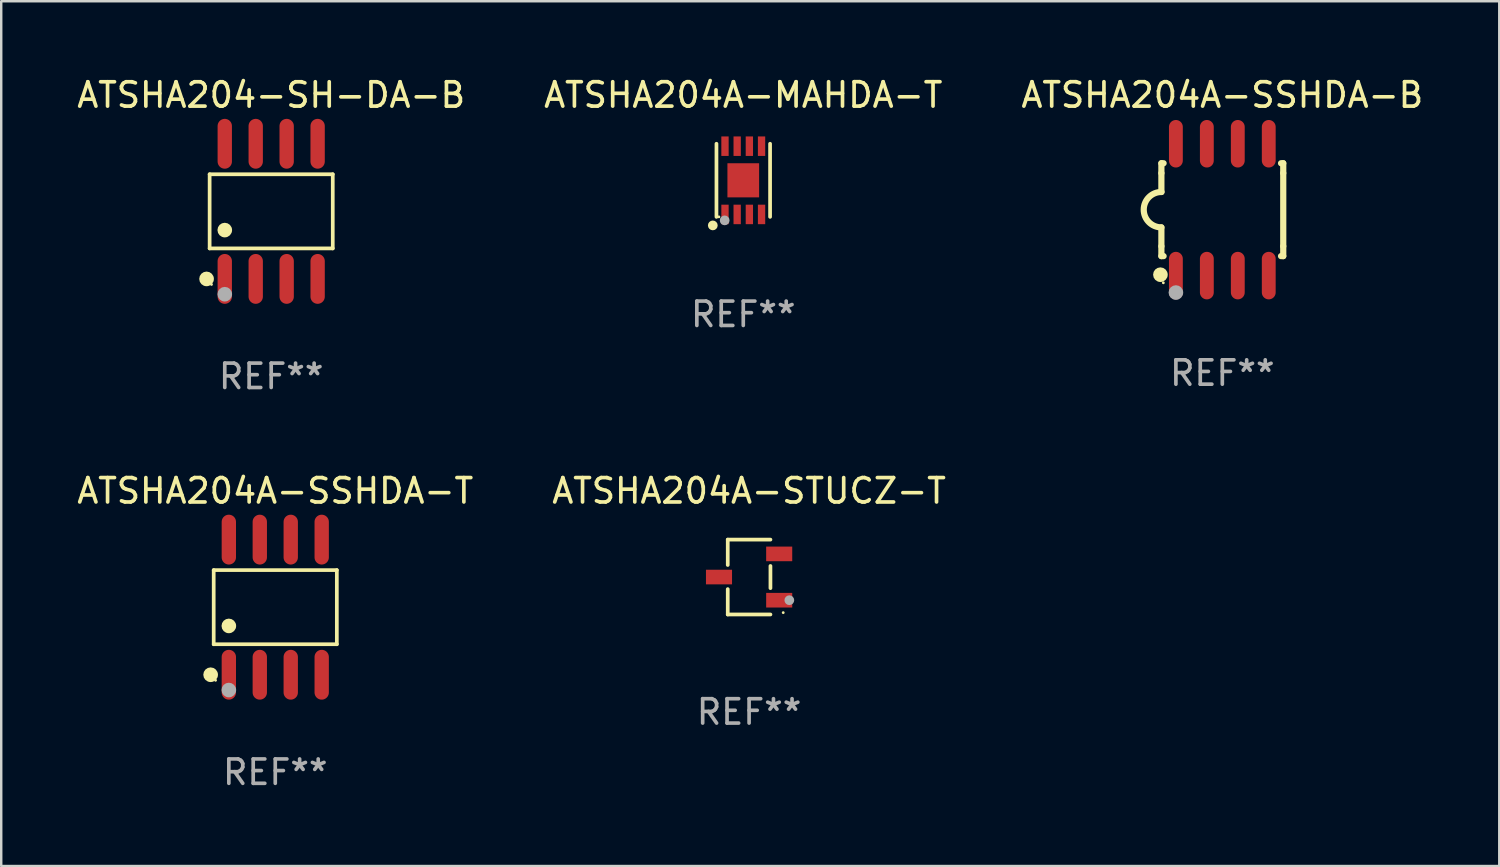
<source format=kicad_pcb>
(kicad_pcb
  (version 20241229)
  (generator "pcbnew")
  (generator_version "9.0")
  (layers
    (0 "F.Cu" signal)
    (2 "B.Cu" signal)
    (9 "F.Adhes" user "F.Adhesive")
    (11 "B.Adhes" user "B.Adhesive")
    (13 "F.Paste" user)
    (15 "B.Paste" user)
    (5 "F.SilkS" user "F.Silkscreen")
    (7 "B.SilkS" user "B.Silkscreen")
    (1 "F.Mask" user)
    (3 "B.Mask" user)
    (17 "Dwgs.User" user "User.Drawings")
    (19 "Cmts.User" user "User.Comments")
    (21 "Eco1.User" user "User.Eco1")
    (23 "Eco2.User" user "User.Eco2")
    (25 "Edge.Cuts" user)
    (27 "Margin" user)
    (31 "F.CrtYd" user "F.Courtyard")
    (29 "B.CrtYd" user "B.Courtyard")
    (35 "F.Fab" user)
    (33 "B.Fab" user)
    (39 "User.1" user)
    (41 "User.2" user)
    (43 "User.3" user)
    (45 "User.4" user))
  (footprint "ATSHA204-SH-DA-B"
    (layer "F.Cu")
    (at 8.077 5.621)
    (property "Reference" "ATSHA204-SH-DA-B" (at 0 -4.772 0) (layer "F.SilkS") (effects (font (size 1 1) (thickness 0.15))))
    (attr through_hole)
    (fp_line (start -2.526 -1.521) (end 2.526 -1.521) (stroke (width 0.152) (type solid)) (layer "F.SilkS"))
    (fp_line (start -2.526 1.521) (end -2.526 -1.521) (stroke (width 0.152) (type solid)) (layer "F.SilkS"))
    (fp_line (start 2.526 -1.521) (end 2.526 1.521) (stroke (width 0.152) (type solid)) (layer "F.SilkS"))
    (fp_line (start 2.526 1.521) (end -2.526 1.521) (stroke (width 0.152) (type solid)) (layer "F.SilkS"))
    (fp_circle (center -2.652 2.772) (end -2.501 2.772) (stroke (width 0.3) (type solid)) (fill no) (layer "F.SilkS"))
    (fp_circle (center -2.45 3) (end -2.42 3) (stroke (width 0.06) (type solid)) (fill no) (layer "F.SilkS"))
    (fp_circle (center -1.905 0.769) (end -1.755 0.769) (stroke (width 0.3) (type solid)) (fill no) (layer "F.SilkS"))
    (fp_circle (center -1.905 3.4) (end -1.755 3.4) (stroke (width 0.3) (type solid)) (fill no) (layer "F.Fab"))
    (fp_text user "REF**" (at 0 6.772 0) (layer "F.Fab") (effects (font (size 1 1) (thickness 0.15))))
    (pad "1" smd oval (at -1.905 2.772) (size 0.588 2.045) (layers "F.Cu" "F.Mask" "F.Paste"))
    (pad "2" smd oval (at -0.635 2.772) (size 0.588 2.045) (layers "F.Cu" "F.Mask" "F.Paste"))
    (pad "3" smd oval (at 0.635 2.772) (size 0.588 2.045) (layers "F.Cu" "F.Mask" "F.Paste"))
    (pad "4" smd oval (at 1.905 2.772) (size 0.588 2.045) (layers "F.Cu" "F.Mask" "F.Paste"))
    (pad "5" smd oval (at 1.905 -2.772) (size 0.588 2.045) (layers "F.Cu" "F.Mask" "F.Paste"))
    (pad "6" smd oval (at 0.635 -2.772) (size 0.588 2.045) (layers "F.Cu" "F.Mask" "F.Paste"))
    (pad "7" smd oval (at -0.635 -2.772) (size 0.588 2.045) (layers "F.Cu" "F.Mask" "F.Paste"))
    (pad "8" smd oval (at -1.905 -2.772) (size 0.588 2.045) (layers "F.Cu" "F.Mask" "F.Paste")))
  (footprint "ATSHA204A-STUCZ-T"
    (layer "F.Cu")
    (at 27.685 20.626)
    (property "Reference" "ATSHA204A-STUCZ-T" (at 0 -3.536 0) (layer "F.SilkS") (effects (font (size 1 1) (thickness 0.15))))
    (attr through_hole)
    (fp_line (start -0.876 -1.536) (end -0.876 -0.495) (stroke (width 0.152) (type solid)) (layer "F.SilkS"))
    (fp_line (start -0.876 1.536) (end -0.876 0.495) (stroke (width 0.152) (type solid)) (layer "F.SilkS"))
    (fp_line (start 0.876 -1.536) (end -0.876 -1.536) (stroke (width 0.152) (type solid)) (layer "F.SilkS"))
    (fp_line (start 0.876 -0.455) (end 0.876 0.455) (stroke (width 0.152) (type solid)) (layer "F.SilkS"))
    (fp_line (start 0.876 1.536) (end -0.876 1.536) (stroke (width 0.152) (type solid)) (layer "F.SilkS"))
    (fp_circle (center 1.4 1.46) (end 1.43 1.46) (stroke (width 0.06) (type solid)) (fill no) (layer "F.SilkS"))
    (fp_circle (center 1.651 0.95) (end 1.751 0.95) (stroke (width 0.2) (type solid)) (fill no) (layer "F.Fab"))
    (fp_text user "REF**" (at 0 5.536 0) (layer "F.Fab") (effects (font (size 1 1) (thickness 0.15))))
    (pad "1" smd rect (at 1.235 0.95) (size 1.07 0.6) (layers "F.Cu" "F.Mask" "F.Paste"))
    (pad "2" smd rect (at 1.235 -0.95) (size 1.07 0.6) (layers "F.Cu" "F.Mask" "F.Paste"))
    (pad "3" smd rect (at -1.235 0) (size 1.07 0.6) (layers "F.Cu" "F.Mask" "F.Paste")))
  (footprint "ATSHA204A-SSHDA-T"
    (layer "F.Cu")
    (at 8.244 21.862)
    (property "Reference" "ATSHA204A-SSHDA-T" (at 0 -4.772 0) (layer "F.SilkS") (effects (font (size 1 1) (thickness 0.15))))
    (attr through_hole)
    (fp_line (start -2.526 -1.521) (end 2.526 -1.521) (stroke (width 0.152) (type solid)) (layer "F.SilkS"))
    (fp_line (start -2.526 1.521) (end -2.526 -1.521) (stroke (width 0.152) (type solid)) (layer "F.SilkS"))
    (fp_line (start 2.526 -1.521) (end 2.526 1.521) (stroke (width 0.152) (type solid)) (layer "F.SilkS"))
    (fp_line (start 2.526 1.521) (end -2.526 1.521) (stroke (width 0.152) (type solid)) (layer "F.SilkS"))
    (fp_circle (center -2.652 2.772) (end -2.501 2.772) (stroke (width 0.3) (type solid)) (fill no) (layer "F.SilkS"))
    (fp_circle (center -2.45 3) (end -2.42 3) (stroke (width 0.06) (type solid)) (fill no) (layer "F.SilkS"))
    (fp_circle (center -1.905 0.769) (end -1.755 0.769) (stroke (width 0.3) (type solid)) (fill no) (layer "F.SilkS"))
    (fp_circle (center -1.905 3.4) (end -1.755 3.4) (stroke (width 0.3) (type solid)) (fill no) (layer "F.Fab"))
    (fp_text user "REF**" (at 0 6.772 0) (layer "F.Fab") (effects (font (size 1 1) (thickness 0.15))))
    (pad "1" smd oval (at -1.905 2.772) (size 0.588 2.045) (layers "F.Cu" "F.Mask" "F.Paste"))
    (pad "2" smd oval (at -0.635 2.772) (size 0.588 2.045) (layers "F.Cu" "F.Mask" "F.Paste"))
    (pad "3" smd oval (at 0.635 2.772) (size 0.588 2.045) (layers "F.Cu" "F.Mask" "F.Paste"))
    (pad "4" smd oval (at 1.905 2.772) (size 0.588 2.045) (layers "F.Cu" "F.Mask" "F.Paste"))
    (pad "5" smd oval (at 1.905 -2.772) (size 0.588 2.045) (layers "F.Cu" "F.Mask" "F.Paste"))
    (pad "6" smd oval (at 0.635 -2.772) (size 0.588 2.045) (layers "F.Cu" "F.Mask" "F.Paste"))
    (pad "7" smd oval (at -0.635 -2.772) (size 0.588 2.045) (layers "F.Cu" "F.Mask" "F.Paste"))
    (pad "8" smd oval (at -1.905 -2.772) (size 0.588 2.045) (layers "F.Cu" "F.Mask" "F.Paste")))
  (footprint "ATSHA204A-MAHDA-T"
    (layer "F.Cu")
    (at 27.446 4.348)
    (property "Reference" "ATSHA204A-MAHDA-T" (at 0 -3.5 0) (layer "F.SilkS") (effects (font (size 1 1) (thickness 0.15))))
    (attr through_hole)
    (fp_line (start -1.1 1.5) (end -1.1 -1.5) (stroke (width 0.152) (type solid)) (layer "F.SilkS"))
    (fp_line (start 1.1 -1.5) (end 1.1 1.5) (stroke (width 0.152) (type solid)) (layer "F.SilkS"))
    (fp_circle (center -1.25 1.85) (end -1.15 1.85) (stroke (width 0.2) (type solid)) (fill no) (layer "F.SilkS"))
    (fp_circle (center -1 1.5) (end -0.97 1.5) (stroke (width 0.06) (type solid)) (fill no) (layer "F.SilkS"))
    (fp_circle (center -0.763 1.644) (end -0.663 1.644) (stroke (width 0.2) (type solid)) (fill no) (layer "F.Fab"))
    (fp_text user "REF**" (at 0 5.5 0) (layer "F.Fab") (effects (font (size 1 1) (thickness 0.15))))
    (pad "1" smd rect (at -0.75 1.4 180) (size 0.3 0.8) (layers "F.Cu" "F.Mask" "F.Paste"))
    (pad "2" smd rect (at -0.25 1.4) (size 0.3 0.8) (layers "F.Cu" "F.Mask" "F.Paste"))
    (pad "3" smd rect (at 0.25 1.4) (size 0.3 0.8) (layers "F.Cu" "F.Mask" "F.Paste"))
    (pad "4" smd rect (at 0.75 1.4) (size 0.3 0.8) (layers "F.Cu" "F.Mask" "F.Paste"))
    (pad "5" smd rect (at 0.75 -1.4) (size 0.3 0.8) (layers "F.Cu" "F.Mask" "F.Paste"))
    (pad "6" smd rect (at 0.25 -1.4) (size 0.3 0.8) (layers "F.Cu" "F.Mask" "F.Paste"))
    (pad "7" smd rect (at -0.25 -1.4) (size 0.3 0.8) (layers "F.Cu" "F.Mask" "F.Paste"))
    (pad "8" smd rect (at -0.75 -1.4) (size 0.3 0.8) (layers "F.Cu" "F.Mask" "F.Paste"))
    (pad "9" smd rect (at 0 0 180) (size 1.3 1.4) (layers "F.Cu" "F.Mask" "F.Paste")))
  (footprint "ATSHA204A-SSHDA-B"
    (layer "F.Cu")
    (at 47.101 5.553)
    (property "Reference" "ATSHA204A-SSHDA-B" (at 0 -4.705 0) (layer "F.SilkS") (effects (font (size 1 1) (thickness 0.15))))
    (attr through_hole)
    (fp_line (start -2.5 -1.905) (end -2.409 -1.905) (stroke (width 0.254) (type solid)) (layer "F.SilkS"))
    (fp_line (start -2.5 -1.5) (end -2.5 -1.905) (stroke (width 0.254) (type solid)) (layer "F.SilkS"))
    (fp_line (start -2.5 -1.5) (end -2.5 -0.726) (stroke (width 0.254) (type solid)) (layer "F.SilkS"))
    (fp_line (start -2.5 1.5) (end -2.5 0.727) (stroke (width 0.254) (type solid)) (layer "F.SilkS"))
    (fp_line (start -2.5 1.5) (end -2.5 1.905) (stroke (width 0.254) (type solid)) (layer "F.SilkS"))
    (fp_line (start -2.5 1.905) (end -2.409 1.905) (stroke (width 0.254) (type solid)) (layer "F.SilkS"))
    (fp_line (start 2.5 -1.905) (end 2.409 -1.905) (stroke (width 0.254) (type solid)) (layer "F.SilkS"))
    (fp_line (start 2.5 -1.5) (end 2.5 -1.905) (stroke (width 0.254) (type solid)) (layer "F.SilkS"))
    (fp_line (start 2.5 -1.5) (end 2.5 1.5) (stroke (width 0.254) (type solid)) (layer "F.SilkS"))
    (fp_line (start 2.5 1.5) (end 2.5 1.905) (stroke (width 0.254) (type solid)) (layer "F.SilkS"))
    (fp_line (start 2.5 1.905) (end 2.409 1.905) (stroke (width 0.254) (type solid)) (layer "F.SilkS"))
    (fp_arc (start -2.5 0.726568) (mid -3.220316 -0.0023) (end -2.495097 -0.726289) (stroke (width 0.254001) (type solid)) (layer "F.SilkS"))
    (fp_circle (center -2.54 2.667) (end -2.39 2.667) (stroke (width 0.3) (type solid)) (fill no) (layer "F.SilkS"))
    (fp_circle (center -2.42 3) (end -2.39 3) (stroke (width 0.06) (type solid)) (fill no) (layer "F.SilkS"))
    (fp_circle (center -1.905 3.4) (end -1.755 3.4) (stroke (width 0.3) (type solid)) (fill no) (layer "F.Fab"))
    (fp_text user "REF**" (at 0 6.705 0) (layer "F.Fab") (effects (font (size 1 1) (thickness 0.15))))
    (pad "1" smd oval (at -1.905 2.705) (size 0.568 1.95) (layers "F.Cu" "F.Mask" "F.Paste"))
    (pad "2" smd oval (at -0.635 2.705) (size 0.568 1.95) (layers "F.Cu" "F.Mask" "F.Paste"))
    (pad "3" smd oval (at 0.635 2.705) (size 0.568 1.95) (layers "F.Cu" "F.Mask" "F.Paste"))
    (pad "4" smd oval (at 1.905 2.705) (size 0.568 1.95) (layers "F.Cu" "F.Mask" "F.Paste"))
    (pad "5" smd oval (at 1.905 -2.705) (size 0.568 1.95) (layers "F.Cu" "F.Mask" "F.Paste"))
    (pad "6" smd oval (at 0.635 -2.705) (size 0.568 1.95) (layers "F.Cu" "F.Mask" "F.Paste"))
    (pad "7" smd oval (at -0.635 -2.705) (size 0.568 1.95) (layers "F.Cu" "F.Mask" "F.Paste"))
    (pad "8" smd oval (at -1.905 -2.705) (size 0.568 1.95) (layers "F.Cu" "F.Mask" "F.Paste")))
  (gr_rect
    (start -3 -3)
    (end 58.464 32.483)
    (stroke (width 0.1) (type default))
    (fill no)
    (layer "Edge.Cuts")))
</source>
